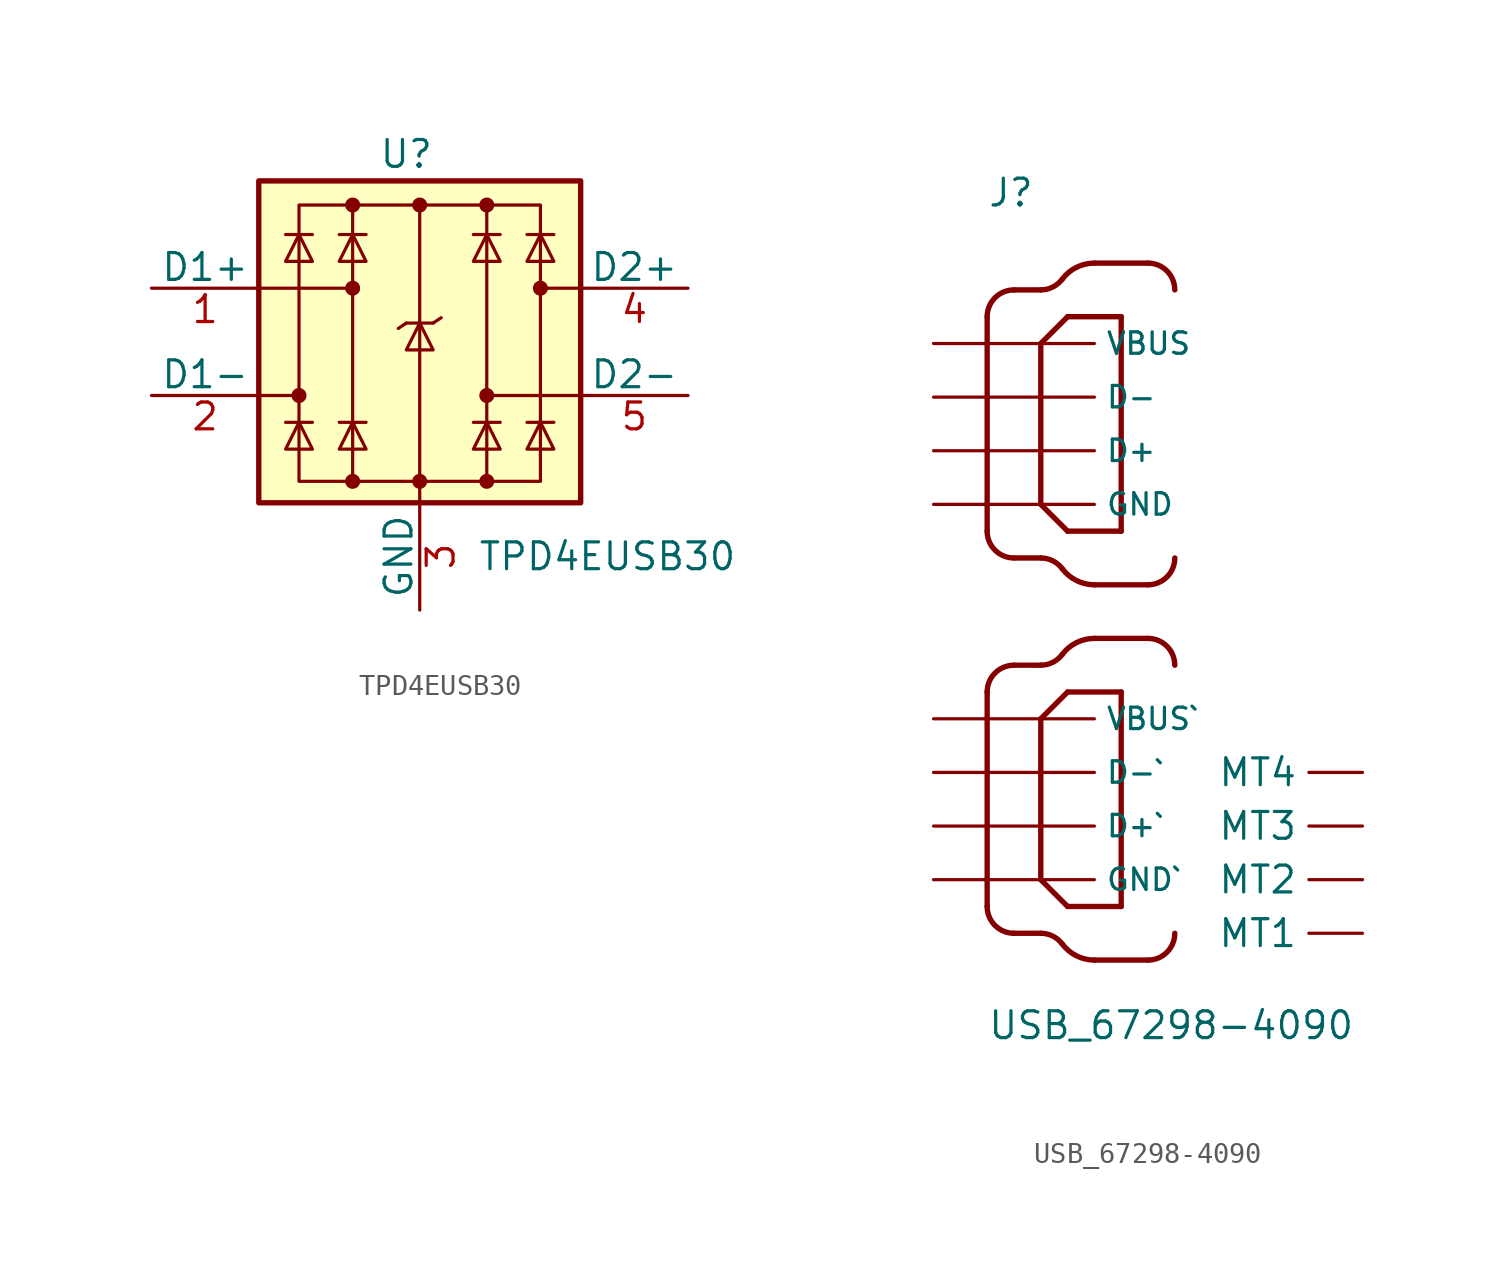
<source format=kicad_sym>
(kicad_symbol_lib
  (version 20231120)
  (generator "kicad_symbol_editor")
  (generator_version "8.0")
  (symbol "TPD4EUSB30"
    (pin_names
      (offset 0))
    (property "Reference" "U"
      (at -0.635 8.89 0)
      (effects (font (size 1.27 1.27))))
    (property "Value" "TPD4EUSB30"
      (at 8.89 -10.16 0)
      (effects (font (size 1.27 1.27))))
    (symbol "TPD4EUSB30_0_0"
      (rectangle (start -5.715 6.477) (end 5.715 -6.604) (stroke (width 0) (type default)) (fill (type none)))
      (polyline (pts (xy -3.175 -6.604) (xy -3.175 6.477)) (stroke (width 0) (type default)) (fill (type none)))
      (polyline (pts (xy 0 6.477) (xy 0 -6.604)) (stroke (width 0) (type default)) (fill (type none)))
      (polyline (pts (xy 3.175 6.477) (xy 3.175 -6.604)) (stroke (width 0) (type default)) (fill (type none))))
    (symbol "TPD4EUSB30_0_1"
      (rectangle (start -7.62 7.62) (end 7.62 -7.62) (stroke (width 0.254) (type default)) (fill (type background)))
      (circle (center -5.715 -2.54) (radius 0.279) (stroke (width 0) (type default)) (fill (type outline)))
      (circle (center -3.175 -6.604) (radius 0.279) (stroke (width 0) (type default)) (fill (type outline)))
      (circle (center -3.175 2.54) (radius 0.279) (stroke (width 0) (type default)) (fill (type outline)))
      (circle (center -3.175 6.477) (radius 0.279) (stroke (width 0) (type default)) (fill (type outline)))
      (circle (center 0 -6.604) (radius 0.279) (stroke (width 0) (type default)) (fill (type outline)))
      (polyline (pts (xy -7.747 2.54) (xy -3.175 2.54)) (stroke (width 0) (type default)) (fill (type none)))
      (polyline (pts (xy -7.62 -2.54) (xy -5.715 -2.54)) (stroke (width 0) (type default)) (fill (type none)))
      (polyline (pts (xy -5.08 -3.81) (xy -6.35 -3.81)) (stroke (width 0) (type default)) (fill (type none)))
      (polyline (pts (xy -5.08 5.08) (xy -6.35 5.08)) (stroke (width 0) (type default)) (fill (type none)))
      (polyline (pts (xy -2.54 -3.81) (xy -3.81 -3.81)) (stroke (width 0) (type default)) (fill (type none)))
      (polyline (pts (xy -2.54 5.08) (xy -3.81 5.08)) (stroke (width 0) (type default)) (fill (type none)))
      (polyline (pts (xy -0.635 0.889) (xy -1.016 0.635)) (stroke (width 0) (type default)) (fill (type none)))
      (polyline (pts (xy 0 -6.604) (xy 0 -7.62)) (stroke (width 0) (type default)) (fill (type none)))
      (polyline (pts (xy 0.635 0.889) (xy -0.635 0.889)) (stroke (width 0) (type default)) (fill (type none)))
      (polyline (pts (xy 0.635 0.889) (xy 1.016 1.143)) (stroke (width 0) (type default)) (fill (type none)))
      (polyline (pts (xy 3.81 -3.81) (xy 2.54 -3.81)) (stroke (width 0) (type default)) (fill (type none)))
      (polyline (pts (xy 3.81 5.08) (xy 2.54 5.08)) (stroke (width 0) (type default)) (fill (type none)))
      (polyline (pts (xy 6.35 -3.81) (xy 5.08 -3.81)) (stroke (width 0) (type default)) (fill (type none)))
      (polyline (pts (xy 6.35 5.08) (xy 5.08 5.08)) (stroke (width 0) (type default)) (fill (type none)))
      (polyline (pts (xy 7.62 -2.54) (xy 3.175 -2.54)) (stroke (width 0) (type default)) (fill (type none)))
      (polyline (pts (xy 7.62 2.54) (xy 5.715 2.54)) (stroke (width 0) (type default)) (fill (type none)))
      (polyline (pts (xy -5.08 -5.08) (xy -6.35 -5.08) (xy -5.715 -3.81) (xy -5.08 -5.08)) (stroke (width 0) (type default)) (fill (type none)))
      (polyline (pts (xy -5.08 3.81) (xy -6.35 3.81) (xy -5.715 5.08) (xy -5.08 3.81)) (stroke (width 0) (type default)) (fill (type none)))
      (polyline (pts (xy -2.54 -5.08) (xy -3.81 -5.08) (xy -3.175 -3.81) (xy -2.54 -5.08)) (stroke (width 0) (type default)) (fill (type none)))
      (polyline (pts (xy -2.54 3.81) (xy -3.81 3.81) (xy -3.175 5.08) (xy -2.54 3.81)) (stroke (width 0) (type default)) (fill (type none)))
      (polyline (pts (xy 0.635 -0.381) (xy -0.635 -0.381) (xy 0 0.889) (xy 0.635 -0.381)) (stroke (width 0) (type default)) (fill (type none)))
      (polyline (pts (xy 3.81 -5.08) (xy 2.54 -5.08) (xy 3.175 -3.81) (xy 3.81 -5.08)) (stroke (width 0) (type default)) (fill (type none)))
      (polyline (pts (xy 3.81 3.81) (xy 2.54 3.81) (xy 3.175 5.08) (xy 3.81 3.81)) (stroke (width 0) (type default)) (fill (type none)))
      (polyline (pts (xy 6.35 -5.08) (xy 5.08 -5.08) (xy 5.715 -3.81) (xy 6.35 -5.08)) (stroke (width 0) (type default)) (fill (type none)))
      (polyline (pts (xy 6.35 3.81) (xy 5.08 3.81) (xy 5.715 5.08) (xy 6.35 3.81)) (stroke (width 0) (type default)) (fill (type none)))
      (circle (center 0 6.477) (radius 0.279) (stroke (width 0) (type default)) (fill (type outline)))
      (circle (center 3.175 -6.604) (radius 0.279) (stroke (width 0) (type default)) (fill (type outline)))
      (circle (center 3.175 -2.54) (radius 0.279) (stroke (width 0) (type default)) (fill (type outline)))
      (circle (center 3.175 6.477) (radius 0.279) (stroke (width 0) (type default)) (fill (type outline)))
      (circle (center 5.715 2.54) (radius 0.279) (stroke (width 0) (type default)) (fill (type outline))))
    (symbol "TPD4EUSB30_1_1"
      (pin passive line (at -12.7 2.54 0) (length 5.08) (name "D1+" (effects (font (size 1.27 1.27)))) (number "1" (effects (font (size 1.27 1.27)))))
      (pin passive line (at -12.7 2.54 0) (length 5.08) hide (name "~" (effects (font (size 1.27 1.27)))) (number "10" (effects (font (size 1.27 1.27)))))
      (pin passive line (at -12.7 -2.54 0) (length 5.08) (name "D1-" (effects (font (size 1.27 1.27)))) (number "2" (effects (font (size 1.27 1.27)))))
      (pin power_in line (at 0 -12.7 90) (length 5.08) (name "GND" (effects (font (size 1.27 1.27)))) (number "3" (effects (font (size 1.27 1.27)))))
      (pin passive line (at 12.7 2.54 180) (length 5.08) (name "D2+" (effects (font (size 1.27 1.27)))) (number "4" (effects (font (size 1.27 1.27)))))
      (pin passive line (at 12.7 -2.54 180) (length 5.08) (name "D2-" (effects (font (size 1.27 1.27)))) (number "5" (effects (font (size 1.27 1.27)))))
      (pin passive line (at 12.7 -2.54 180) (length 5.08) hide (name "~" (effects (font (size 1.27 1.27)))) (number "6" (effects (font (size 1.27 1.27)))))
      (pin passive line (at 12.7 2.54 180) (length 5.08) hide (name "~" (effects (font (size 1.27 1.27)))) (number "7" (effects (font (size 1.27 1.27)))))
      (pin passive line (at 0 -12.7 90) (length 5.08) hide (name "GND" (effects (font (size 1.27 1.27)))) (number "8" (effects (font (size 1.27 1.27)))))
      (pin passive line (at -12.7 -2.54 0) (length 5.08) hide (name "~" (effects (font (size 1.27 1.27)))) (number "9" (effects (font (size 1.27 1.27)))))))
  (symbol "USB_67298-4090"
    (pin_numbers hide)
    (property "Reference" "J"
      (at -5.08 21.641 0)
      (effects (font (size 1.27 1.27)) (justify left bottom)))
    (property "Value" "USB_67298-4090"
      (at -5.08 -17.805 0)
      (effects (font (size 1.27 1.27)) (justify left bottom)))
    (symbol "USB_67298-4090_0_0"
      (arc (start -5.08 -11.43) (mid -4.708 -12.328) (end -3.81 -12.7) (stroke (width 0.254) (type default)) (fill (type none)))
      (arc (start -5.08 6.35) (mid -4.708 5.452) (end -3.81 5.08) (stroke (width 0.254) (type default)) (fill (type none)))
      (arc (start -3.81 0) (mid -4.708 -0.372) (end -5.08 -1.27) (stroke (width 0.254) (type default)) (fill (type none)))
      (arc (start -3.81 17.78) (mid -4.708 17.408) (end -5.08 16.51) (stroke (width 0.254) (type default)) (fill (type none)))
      (arc (start -2.54 0) (mid -1.972 0.1341) (end -1.524 0.508) (stroke (width 0.254) (type default)) (fill (type none)))
      (arc (start -2.54 17.78) (mid -1.972 17.9141) (end -1.524 18.288) (stroke (width 0.254) (type default)) (fill (type none)))
      (arc (start -1.524 -13.208) (mid -1.972 -12.8341) (end -2.54 -12.7) (stroke (width 0.254) (type default)) (fill (type none)))
      (arc (start -1.524 -13.208) (mid -0.8519 -13.7689) (end 0 -13.97) (stroke (width 0.254) (type default)) (fill (type none)))
      (arc (start -1.524 4.572) (mid -1.972 4.9459) (end -2.54 5.08) (stroke (width 0.254) (type default)) (fill (type none)))
      (arc (start -1.524 4.572) (mid -0.8519 4.0111) (end 0 3.81) (stroke (width 0.254) (type default)) (fill (type none)))
      (polyline (pts (xy -5.08 -1.27) (xy -5.08 -11.43)) (stroke (width 0.254) (type default)) (fill (type none)))
      (polyline (pts (xy -5.08 16.51) (xy -5.08 6.35)) (stroke (width 0.254) (type default)) (fill (type none)))
      (polyline (pts (xy -3.81 -12.7) (xy -2.54 -12.7)) (stroke (width 0.254) (type default)) (fill (type none)))
      (polyline (pts (xy -3.81 0) (xy -2.54 0)) (stroke (width 0.254) (type default)) (fill (type none)))
      (polyline (pts (xy -3.81 5.08) (xy -2.54 5.08)) (stroke (width 0.254) (type default)) (fill (type none)))
      (polyline (pts (xy -3.81 17.78) (xy -2.54 17.78)) (stroke (width 0.254) (type default)) (fill (type none)))
      (polyline (pts (xy -2.54 -10.16) (xy -1.27 -11.43)) (stroke (width 0.254) (type default)) (fill (type none)))
      (polyline (pts (xy -2.54 -2.54) (xy -2.54 -10.16)) (stroke (width 0.254) (type default)) (fill (type none)))
      (polyline (pts (xy -2.54 7.62) (xy -1.27 6.35)) (stroke (width 0.254) (type default)) (fill (type none)))
      (polyline (pts (xy -2.54 15.24) (xy -2.54 7.62)) (stroke (width 0.254) (type default)) (fill (type none)))
      (polyline (pts (xy -1.27 -11.43) (xy 1.27 -11.43)) (stroke (width 0.254) (type default)) (fill (type none)))
      (polyline (pts (xy -1.27 -1.27) (xy -2.54 -2.54)) (stroke (width 0.254) (type default)) (fill (type none)))
      (polyline (pts (xy -1.27 6.35) (xy 1.27 6.35)) (stroke (width 0.254) (type default)) (fill (type none)))
      (polyline (pts (xy -1.27 16.51) (xy -2.54 15.24)) (stroke (width 0.254) (type default)) (fill (type none)))
      (polyline (pts (xy 0 -13.97) (xy 2.54 -13.97)) (stroke (width 0.254) (type default)) (fill (type none)))
      (polyline (pts (xy 0 1.27) (xy 2.54 1.27)) (stroke (width 0.254) (type default)) (fill (type none)))
      (polyline (pts (xy 0 3.81) (xy 2.54 3.81)) (stroke (width 0.254) (type default)) (fill (type none)))
      (polyline (pts (xy 0 19.05) (xy 2.54 19.05)) (stroke (width 0.254) (type default)) (fill (type none)))
      (polyline (pts (xy 1.27 -11.43) (xy 1.27 -1.27)) (stroke (width 0.254) (type default)) (fill (type none)))
      (polyline (pts (xy 1.27 -1.27) (xy -1.27 -1.27)) (stroke (width 0.254) (type default)) (fill (type none)))
      (polyline (pts (xy 1.27 6.35) (xy 1.27 16.51)) (stroke (width 0.254) (type default)) (fill (type none)))
      (polyline (pts (xy 1.27 16.51) (xy -1.27 16.51)) (stroke (width 0.254) (type default)) (fill (type none)))
      (arc (start 0 1.27) (mid -0.8519 1.0689) (end -1.524 0.508) (stroke (width 0.254) (type default)) (fill (type none)))
      (arc (start 0 19.05) (mid -0.8519 18.8489) (end -1.524 18.288) (stroke (width 0.254) (type default)) (fill (type none)))
      (arc (start 2.54 -13.97) (mid 3.438 -13.598) (end 3.81 -12.7) (stroke (width 0.254) (type default)) (fill (type none)))
      (arc (start 2.54 3.81) (mid 3.438 4.182) (end 3.81 5.08) (stroke (width 0.254) (type default)) (fill (type none)))
      (arc (start 3.81 0) (mid 3.438 0.898) (end 2.54 1.27) (stroke (width 0.254) (type default)) (fill (type none)))
      (arc (start 3.81 17.78) (mid 3.438 18.678) (end 2.54 19.05) (stroke (width 0.254) (type default)) (fill (type none)))
      (pin power_in line (at -7.62 -2.54 0) (length 7.62) (name "VBUS`" (effects (font (size 1.016 1.016)))) (number "1" (effects (font (size 1.016 1.016)))))
      (pin passive line (at -7.62 -5.08 0) (length 7.62) (name "D-`" (effects (font (size 1.016 1.016)))) (number "2" (effects (font (size 1.016 1.016)))))
      (pin passive line (at -7.62 -7.62 0) (length 7.62) (name "D+`" (effects (font (size 1.016 1.016)))) (number "3" (effects (font (size 1.016 1.016)))))
      (pin power_in line (at -7.62 -10.16 0) (length 7.62) (name "GND`" (effects (font (size 1.016 1.016)))) (number "4" (effects (font (size 1.016 1.016)))))
      (pin power_in line (at -7.62 15.24 0) (length 7.62) (name "VBUS" (effects (font (size 1.016 1.016)))) (number "5" (effects (font (size 1.016 1.016)))))
      (pin passive line (at -7.62 12.7 0) (length 7.62) (name "D-" (effects (font (size 1.016 1.016)))) (number "6" (effects (font (size 1.016 1.016)))))
      (pin passive line (at -7.62 10.16 0) (length 7.62) (name "D+" (effects (font (size 1.016 1.016)))) (number "7" (effects (font (size 1.016 1.016)))))
      (pin power_in line (at -7.62 7.62 0) (length 7.62) (name "GND" (effects (font (size 1.016 1.016)))) (number "8" (effects (font (size 1.016 1.016)))))
      (pin passive line (at 12.7 -12.7 180) (length 2.54) (name "MT1" (effects (font (size 1.27 1.27)))) (number "MT1" (effects (font (size 1.27 1.27)))))
      (pin passive line (at 12.7 -10.16 180) (length 2.54) (name "MT2" (effects (font (size 1.27 1.27)))) (number "MT2" (effects (font (size 1.27 1.27)))))
      (pin passive line (at 12.7 -7.62 180) (length 2.54) (name "MT3" (effects (font (size 1.27 1.27)))) (number "MT3" (effects (font (size 1.27 1.27)))))
      (pin passive line (at 12.7 -5.08 180) (length 2.54) (name "MT4" (effects (font (size 1.27 1.27)))) (number "MT4" (effects (font (size 1.27 1.27))))))))
</source>
